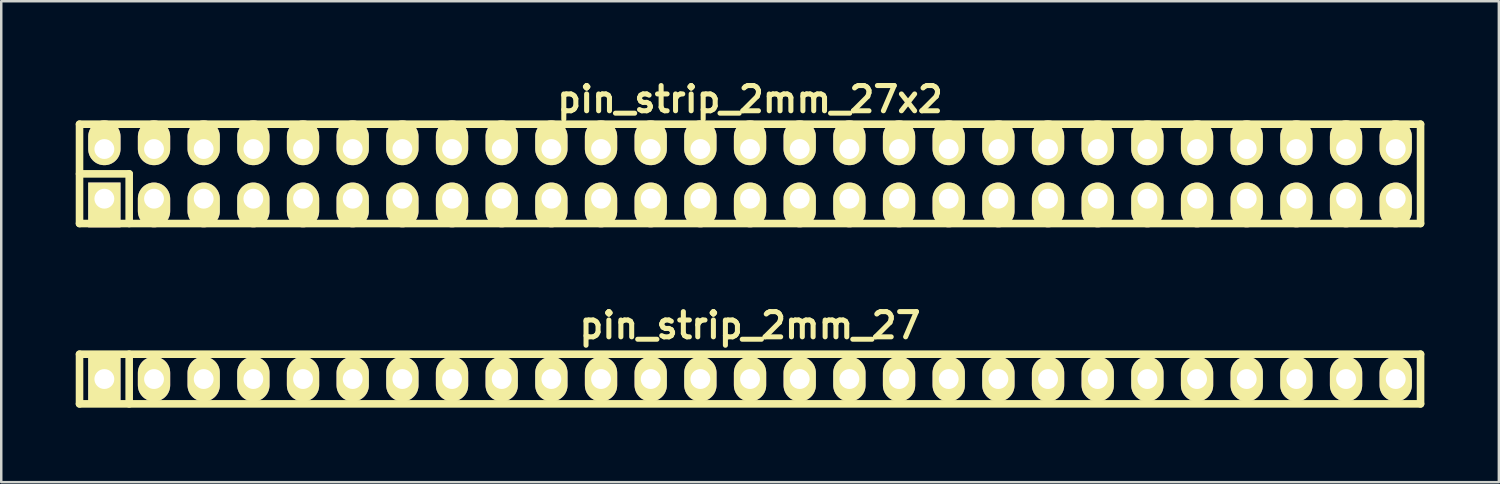
<source format=kicad_pcb>
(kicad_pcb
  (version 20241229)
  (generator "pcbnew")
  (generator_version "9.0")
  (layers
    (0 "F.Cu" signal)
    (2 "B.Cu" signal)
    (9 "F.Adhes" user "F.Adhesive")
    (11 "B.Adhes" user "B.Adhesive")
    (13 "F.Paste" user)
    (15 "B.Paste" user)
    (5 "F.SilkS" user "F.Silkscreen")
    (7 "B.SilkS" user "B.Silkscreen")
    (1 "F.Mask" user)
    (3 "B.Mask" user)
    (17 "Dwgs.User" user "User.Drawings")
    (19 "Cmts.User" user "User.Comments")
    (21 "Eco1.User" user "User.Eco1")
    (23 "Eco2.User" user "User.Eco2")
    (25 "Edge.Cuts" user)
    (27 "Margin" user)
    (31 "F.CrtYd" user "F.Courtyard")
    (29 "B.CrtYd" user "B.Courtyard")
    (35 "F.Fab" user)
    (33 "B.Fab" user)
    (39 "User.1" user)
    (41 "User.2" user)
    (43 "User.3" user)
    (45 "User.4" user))
  (footprint "pin_strip_2mm_27x2"
    (layer "F.Cu")
    (at 27.152 3.951)
    (property "Reference" "pin_strip_2mm_27x2" (at 0 -3 0) (layer "F.SilkS") (effects (font (size 1.016 1.016) (thickness 0.203))))
    (attr through_hole)
    (fp_line (start -27 -2) (end 27 -2) (stroke (width 0.305) (type solid)) (layer "F.SilkS"))
    (fp_line (start -27 0) (end -25 0) (stroke (width 0.305) (type solid)) (layer "F.SilkS"))
    (fp_line (start -27 2) (end -27 -2) (stroke (width 0.305) (type solid)) (layer "F.SilkS"))
    (fp_line (start -25 0) (end -25 2) (stroke (width 0.305) (type solid)) (layer "F.SilkS"))
    (fp_line (start 27 -2) (end 27 2) (stroke (width 0.305) (type solid)) (layer "F.SilkS"))
    (fp_line (start 27 2) (end -27 2) (stroke (width 0.305) (type solid)) (layer "F.SilkS"))
    (pad "1" thru_hole rect (at -26 1) (size 1.3 1.8) (drill 0.8 (offset 0 0.25)) (layers "*.Cu" "*.Mask" "F.SilkS"))
    (pad "2" thru_hole oval (at -26 -1) (size 1.3 1.8) (drill 0.8 (offset 0 -0.25)) (layers "*.Cu" "*.Mask" "F.SilkS"))
    (pad "3" thru_hole oval (at -24 1) (size 1.3 1.8) (drill 0.8 (offset 0 0.25)) (layers "*.Cu" "*.Mask" "F.SilkS"))
    (pad "4" thru_hole oval (at -24 -1) (size 1.3 1.8) (drill 0.8 (offset 0 -0.25)) (layers "*.Cu" "*.Mask" "F.SilkS"))
    (pad "5" thru_hole oval (at -22 1) (size 1.3 1.8) (drill 0.8 (offset 0 0.25)) (layers "*.Cu" "*.Mask" "F.SilkS"))
    (pad "6" thru_hole oval (at -22 -1) (size 1.3 1.8) (drill 0.8 (offset 0 -0.25)) (layers "*.Cu" "*.Mask" "F.SilkS"))
    (pad "7" thru_hole oval (at -20 1) (size 1.3 1.8) (drill 0.8 (offset 0 0.25)) (layers "*.Cu" "*.Mask" "F.SilkS"))
    (pad "8" thru_hole oval (at -20 -1) (size 1.3 1.8) (drill 0.8 (offset 0 -0.25)) (layers "*.Cu" "*.Mask" "F.SilkS"))
    (pad "9" thru_hole oval (at -18 1) (size 1.3 1.8) (drill 0.8 (offset 0 0.25)) (layers "*.Cu" "*.Mask" "F.SilkS"))
    (pad "10" thru_hole oval (at -18 -1) (size 1.3 1.8) (drill 0.8 (offset 0 -0.25)) (layers "*.Cu" "*.Mask" "F.SilkS"))
    (pad "11" thru_hole oval (at -16 1) (size 1.3 1.8) (drill 0.8 (offset 0 0.25)) (layers "*.Cu" "*.Mask" "F.SilkS"))
    (pad "12" thru_hole oval (at -16 -1) (size 1.3 1.8) (drill 0.8 (offset 0 -0.25)) (layers "*.Cu" "*.Mask" "F.SilkS"))
    (pad "13" thru_hole oval (at -14 1) (size 1.3 1.8) (drill 0.8 (offset 0 0.25)) (layers "*.Cu" "*.Mask" "F.SilkS"))
    (pad "14" thru_hole oval (at -14 -1) (size 1.3 1.8) (drill 0.8 (offset 0 -0.25)) (layers "*.Cu" "*.Mask" "F.SilkS"))
    (pad "15" thru_hole oval (at -12 1) (size 1.3 1.8) (drill 0.8 (offset 0 0.25)) (layers "*.Cu" "*.Mask" "F.SilkS"))
    (pad "16" thru_hole oval (at -12 -1) (size 1.3 1.8) (drill 0.8 (offset 0 -0.25)) (layers "*.Cu" "*.Mask" "F.SilkS"))
    (pad "17" thru_hole oval (at -10 1) (size 1.3 1.8) (drill 0.8 (offset 0 0.25)) (layers "*.Cu" "*.Mask" "F.SilkS"))
    (pad "18" thru_hole oval (at -10 -1) (size 1.3 1.8) (drill 0.8 (offset 0 -0.25)) (layers "*.Cu" "*.Mask" "F.SilkS"))
    (pad "19" thru_hole oval (at -8 1) (size 1.3 1.8) (drill 0.8 (offset 0 0.25)) (layers "*.Cu" "*.Mask" "F.SilkS"))
    (pad "20" thru_hole oval (at -8 -1) (size 1.3 1.8) (drill 0.8 (offset 0 -0.25)) (layers "*.Cu" "*.Mask" "F.SilkS"))
    (pad "21" thru_hole oval (at -6 1) (size 1.3 1.8) (drill 0.8 (offset 0 0.25)) (layers "*.Cu" "*.Mask" "F.SilkS"))
    (pad "22" thru_hole oval (at -6 -1) (size 1.3 1.8) (drill 0.8 (offset 0 -0.25)) (layers "*.Cu" "*.Mask" "F.SilkS"))
    (pad "23" thru_hole oval (at -4 1) (size 1.3 1.8) (drill 0.8 (offset 0 0.25)) (layers "*.Cu" "*.Mask" "F.SilkS"))
    (pad "24" thru_hole oval (at -4 -1) (size 1.3 1.8) (drill 0.8 (offset 0 -0.25)) (layers "*.Cu" "*.Mask" "F.SilkS"))
    (pad "25" thru_hole oval (at -2 1) (size 1.3 1.8) (drill 0.8 (offset 0 0.25)) (layers "*.Cu" "*.Mask" "F.SilkS"))
    (pad "26" thru_hole oval (at -2 -1) (size 1.3 1.8) (drill 0.8 (offset 0 -0.25)) (layers "*.Cu" "*.Mask" "F.SilkS"))
    (pad "27" thru_hole oval (at 0 1) (size 1.3 1.8) (drill 0.8 (offset 0 0.25)) (layers "*.Cu" "*.Mask" "F.SilkS"))
    (pad "28" thru_hole oval (at 0 -1) (size 1.3 1.8) (drill 0.8 (offset 0 -0.25)) (layers "*.Cu" "*.Mask" "F.SilkS"))
    (pad "29" thru_hole oval (at 2 1) (size 1.3 1.8) (drill 0.8 (offset 0 0.25)) (layers "*.Cu" "*.Mask" "F.SilkS"))
    (pad "30" thru_hole oval (at 2 -1) (size 1.3 1.8) (drill 0.8 (offset 0 -0.25)) (layers "*.Cu" "*.Mask" "F.SilkS"))
    (pad "31" thru_hole oval (at 4 1) (size 1.3 1.8) (drill 0.8 (offset 0 0.25)) (layers "*.Cu" "*.Mask" "F.SilkS"))
    (pad "32" thru_hole oval (at 4 -1) (size 1.3 1.8) (drill 0.8 (offset 0 -0.25)) (layers "*.Cu" "*.Mask" "F.SilkS"))
    (pad "33" thru_hole oval (at 6 1) (size 1.3 1.8) (drill 0.8 (offset 0 0.25)) (layers "*.Cu" "*.Mask" "F.SilkS"))
    (pad "34" thru_hole oval (at 6 -1) (size 1.3 1.8) (drill 0.8 (offset 0 -0.25)) (layers "*.Cu" "*.Mask" "F.SilkS"))
    (pad "35" thru_hole oval (at 8 1) (size 1.3 1.8) (drill 0.8 (offset 0 0.25)) (layers "*.Cu" "*.Mask" "F.SilkS"))
    (pad "36" thru_hole oval (at 8 -1) (size 1.3 1.8) (drill 0.8 (offset 0 -0.25)) (layers "*.Cu" "*.Mask" "F.SilkS"))
    (pad "37" thru_hole oval (at 10 1) (size 1.3 1.8) (drill 0.8 (offset 0 0.25)) (layers "*.Cu" "*.Mask" "F.SilkS"))
    (pad "38" thru_hole oval (at 10 -1) (size 1.3 1.8) (drill 0.8 (offset 0 -0.25)) (layers "*.Cu" "*.Mask" "F.SilkS"))
    (pad "39" thru_hole oval (at 12 1) (size 1.3 1.8) (drill 0.8 (offset 0 0.25)) (layers "*.Cu" "*.Mask" "F.SilkS"))
    (pad "40" thru_hole oval (at 12 -1) (size 1.3 1.8) (drill 0.8 (offset 0 -0.25)) (layers "*.Cu" "*.Mask" "F.SilkS"))
    (pad "41" thru_hole oval (at 14 1) (size 1.3 1.8) (drill 0.8 (offset 0 0.25)) (layers "*.Cu" "*.Mask" "F.SilkS"))
    (pad "42" thru_hole oval (at 14 -1) (size 1.3 1.8) (drill 0.8 (offset 0 -0.25)) (layers "*.Cu" "*.Mask" "F.SilkS"))
    (pad "43" thru_hole oval (at 16 1) (size 1.3 1.8) (drill 0.8 (offset 0 0.25)) (layers "*.Cu" "*.Mask" "F.SilkS"))
    (pad "44" thru_hole oval (at 16 -1) (size 1.3 1.8) (drill 0.8 (offset 0 -0.25)) (layers "*.Cu" "*.Mask" "F.SilkS"))
    (pad "45" thru_hole oval (at 18 1) (size 1.3 1.8) (drill 0.8 (offset 0 0.25)) (layers "*.Cu" "*.Mask" "F.SilkS"))
    (pad "46" thru_hole oval (at 18 -1) (size 1.3 1.8) (drill 0.8 (offset 0 -0.25)) (layers "*.Cu" "*.Mask" "F.SilkS"))
    (pad "47" thru_hole oval (at 20 1) (size 1.3 1.8) (drill 0.8 (offset 0 0.25)) (layers "*.Cu" "*.Mask" "F.SilkS"))
    (pad "48" thru_hole oval (at 20 -1) (size 1.3 1.8) (drill 0.8 (offset 0 -0.25)) (layers "*.Cu" "*.Mask" "F.SilkS"))
    (pad "49" thru_hole oval (at 22 1) (size 1.3 1.8) (drill 0.8 (offset 0 0.25)) (layers "*.Cu" "*.Mask" "F.SilkS"))
    (pad "50" thru_hole oval (at 22 -1) (size 1.3 1.8) (drill 0.8 (offset 0 -0.25)) (layers "*.Cu" "*.Mask" "F.SilkS"))
    (pad "51" thru_hole oval (at 24 1) (size 1.3 1.8) (drill 0.8 (offset 0 0.25)) (layers "*.Cu" "*.Mask" "F.SilkS"))
    (pad "52" thru_hole oval (at 24 -1) (size 1.3 1.8) (drill 0.8 (offset 0 -0.25)) (layers "*.Cu" "*.Mask" "F.SilkS"))
    (pad "53" thru_hole oval (at 26 1) (size 1.3 1.8) (drill 0.8 (offset 0 0.25)) (layers "*.Cu" "*.Mask" "F.SilkS"))
    (pad "54" thru_hole oval (at 26 -1) (size 1.3 1.8) (drill 0.8 (offset 0 -0.25)) (layers "*.Cu" "*.Mask" "F.SilkS")))
  (footprint "pin_strip_2mm_27"
    (layer "F.Cu")
    (at 27.152 12.213)
    (property "Reference" "pin_strip_2mm_27" (at 0 -2.159 0) (layer "F.SilkS") (effects (font (size 1.016 1.016) (thickness 0.203))))
    (attr through_hole)
    (fp_line (start -27 -1) (end 27 -1) (stroke (width 0.305) (type solid)) (layer "F.SilkS"))
    (fp_line (start -27 1) (end -27 -1) (stroke (width 0.305) (type solid)) (layer "F.SilkS"))
    (fp_line (start -25 -1) (end -25 1) (stroke (width 0.305) (type solid)) (layer "F.SilkS"))
    (fp_line (start 27 -1) (end 27 1) (stroke (width 0.305) (type solid)) (layer "F.SilkS"))
    (fp_line (start 27 1) (end -27 1) (stroke (width 0.305) (type solid)) (layer "F.SilkS"))
    (pad "1" thru_hole rect (at -26 0) (size 1.3 1.8) (drill 0.8) (layers "*.Cu" "*.Mask" "F.SilkS"))
    (pad "2" thru_hole oval (at -24 0) (size 1.3 1.8) (drill 0.8) (layers "*.Cu" "*.Mask" "F.SilkS"))
    (pad "3" thru_hole oval (at -22 0) (size 1.3 1.8) (drill 0.8) (layers "*.Cu" "*.Mask" "F.SilkS"))
    (pad "4" thru_hole oval (at -20 0) (size 1.3 1.8) (drill 0.8) (layers "*.Cu" "*.Mask" "F.SilkS"))
    (pad "5" thru_hole oval (at -18 0) (size 1.3 1.8) (drill 0.8) (layers "*.Cu" "*.Mask" "F.SilkS"))
    (pad "6" thru_hole oval (at -16 0) (size 1.3 1.8) (drill 0.8) (layers "*.Cu" "*.Mask" "F.SilkS"))
    (pad "7" thru_hole oval (at -14 0) (size 1.3 1.8) (drill 0.8) (layers "*.Cu" "*.Mask" "F.SilkS"))
    (pad "8" thru_hole oval (at -12 0) (size 1.3 1.8) (drill 0.8) (layers "*.Cu" "*.Mask" "F.SilkS"))
    (pad "9" thru_hole oval (at -10 0) (size 1.3 1.8) (drill 0.8) (layers "*.Cu" "*.Mask" "F.SilkS"))
    (pad "10" thru_hole oval (at -8 0) (size 1.3 1.8) (drill 0.8) (layers "*.Cu" "*.Mask" "F.SilkS"))
    (pad "11" thru_hole oval (at -6 0) (size 1.3 1.8) (drill 0.8) (layers "*.Cu" "*.Mask" "F.SilkS"))
    (pad "12" thru_hole oval (at -4 0) (size 1.3 1.8) (drill 0.8) (layers "*.Cu" "*.Mask" "F.SilkS"))
    (pad "13" thru_hole oval (at -2 0) (size 1.3 1.8) (drill 0.8) (layers "*.Cu" "*.Mask" "F.SilkS"))
    (pad "14" thru_hole oval (at 0 0) (size 1.3 1.8) (drill 0.8) (layers "*.Cu" "*.Mask" "F.SilkS"))
    (pad "15" thru_hole oval (at 2 0) (size 1.3 1.8) (drill 0.8) (layers "*.Cu" "*.Mask" "F.SilkS"))
    (pad "16" thru_hole oval (at 4 0) (size 1.3 1.8) (drill 0.8) (layers "*.Cu" "*.Mask" "F.SilkS"))
    (pad "17" thru_hole oval (at 6 0) (size 1.3 1.8) (drill 0.8) (layers "*.Cu" "*.Mask" "F.SilkS"))
    (pad "18" thru_hole oval (at 8 0) (size 1.3 1.8) (drill 0.8) (layers "*.Cu" "*.Mask" "F.SilkS"))
    (pad "19" thru_hole oval (at 10 0) (size 1.3 1.8) (drill 0.8) (layers "*.Cu" "*.Mask" "F.SilkS"))
    (pad "20" thru_hole oval (at 12 0) (size 1.3 1.8) (drill 0.8) (layers "*.Cu" "*.Mask" "F.SilkS"))
    (pad "21" thru_hole oval (at 14 0) (size 1.3 1.8) (drill 0.8) (layers "*.Cu" "*.Mask" "F.SilkS"))
    (pad "22" thru_hole oval (at 16 0) (size 1.3 1.8) (drill 0.8) (layers "*.Cu" "*.Mask" "F.SilkS"))
    (pad "23" thru_hole oval (at 18 0) (size 1.3 1.8) (drill 0.8) (layers "*.Cu" "*.Mask" "F.SilkS"))
    (pad "24" thru_hole oval (at 20 0) (size 1.3 1.8) (drill 0.8) (layers "*.Cu" "*.Mask" "F.SilkS"))
    (pad "25" thru_hole oval (at 22 0) (size 1.3 1.8) (drill 0.8) (layers "*.Cu" "*.Mask" "F.SilkS"))
    (pad "26" thru_hole oval (at 24 0) (size 1.3 1.8) (drill 0.8) (layers "*.Cu" "*.Mask" "F.SilkS"))
    (pad "27" thru_hole oval (at 26 0) (size 1.3 1.8) (drill 0.8) (layers "*.Cu" "*.Mask" "F.SilkS")))
  (gr_rect
    (start -3 -3)
    (end 57.305 16.366)
    (stroke (width 0.1) (type default))
    (fill no)
    (layer "Edge.Cuts")))
</source>
